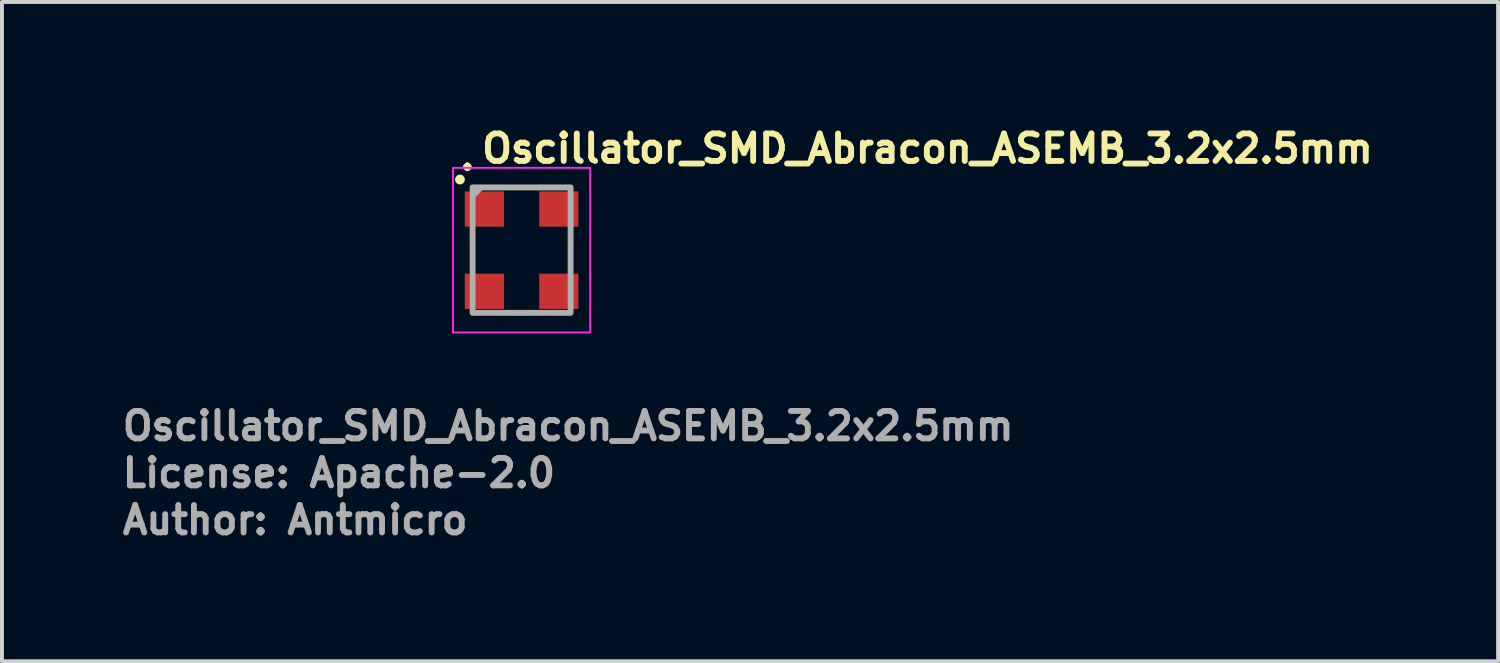
<source format=kicad_pcb>
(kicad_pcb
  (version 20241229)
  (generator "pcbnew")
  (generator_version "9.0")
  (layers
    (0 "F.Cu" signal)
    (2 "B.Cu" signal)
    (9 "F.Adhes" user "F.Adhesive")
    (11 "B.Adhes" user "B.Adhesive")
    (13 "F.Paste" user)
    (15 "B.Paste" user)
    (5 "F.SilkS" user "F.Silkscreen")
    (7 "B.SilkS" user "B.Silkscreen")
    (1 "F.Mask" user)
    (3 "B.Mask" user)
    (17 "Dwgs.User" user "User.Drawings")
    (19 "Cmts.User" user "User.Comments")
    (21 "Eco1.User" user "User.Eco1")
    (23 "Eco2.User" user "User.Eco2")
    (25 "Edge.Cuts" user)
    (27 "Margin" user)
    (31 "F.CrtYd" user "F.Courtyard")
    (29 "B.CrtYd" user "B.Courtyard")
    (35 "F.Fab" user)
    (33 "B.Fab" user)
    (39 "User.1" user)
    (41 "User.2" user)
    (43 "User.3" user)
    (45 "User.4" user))
  (footprint "Oscillator_SMD_Abracon_ASEMB_3.2x2.5mm"
    (layer "F.Cu")
    (at 10.262 3.334)
    (property "Reference" "Oscillator_SMD_Abracon_ASEMB_3.2x2.5mm" (at -1.092 -2.184 0) (layer "F.SilkS") (effects (font (size 0.7 0.7) (thickness 0.15)) (justify left bottom)))
    (attr smd)
    (fp_circle (center -1.575 -1.803) (end -1.525 -1.803) (stroke (width 0.15) (type solid)) (fill yes) (layer "F.SilkS"))
    (fp_rect (start -1.752 -2.101) (end 1.749 2.1) (stroke (width 0.05) (type solid)) (fill no) (layer "F.CrtYd"))
    (fp_line (start -1.219 -1.422) (end -1.067 -1.575) (stroke (width 0.15) (type solid)) (layer "F.Fab"))
    (fp_rect (start -1.252 -1.601) (end 1.249 1.6) (stroke (width 0.15) (type solid)) (fill no) (layer "F.Fab"))
    (fp_rect (start -1.252 -1.601) (end 1.249 1.6) (stroke (width 0.1) (type solid)) (fill no) (layer "User.5"))
    (fp_line (start -1.252 -1.601) (end -1.252 1.6) (stroke (width 0.02) (type solid)) (layer "User.9"))
    (fp_line (start 0.674 1.088) (end 0.674 1.092) (stroke (width 0.02) (type solid)) (layer "User.9"))
    (fp_line (start 0.674 1.092) (end 0.674 1.096) (stroke (width 0.02) (type solid)) (layer "User.9"))
    (fp_line (start 0.674 1.096) (end 0.674 1.098) (stroke (width 0.02) (type solid)) (layer "User.9"))
    (fp_line (start 0.674 1.1) (end 0.674 1.102) (stroke (width 0.02) (type solid)) (layer "User.9"))
    (fp_line (start 0.674 1.102) (end 0.674 1.106) (stroke (width 0.02) (type solid)) (layer "User.9"))
    (fp_line (start 0.674 1.106) (end 0.674 1.11) (stroke (width 0.02) (type solid)) (layer "User.9"))
    (fp_line (start 0.674 1.11) (end 0.676 1.114) (stroke (width 0.02) (type solid)) (layer "User.9"))
    (fp_line (start 0.676 1.082) (end 0.676 1.084) (stroke (width 0.02) (type solid)) (layer "User.9"))
    (fp_line (start 0.676 1.084) (end 0.674 1.088) (stroke (width 0.02) (type solid)) (layer "User.9"))
    (fp_line (start 0.676 1.114) (end 0.676 1.118) (stroke (width 0.02) (type solid)) (layer "User.9"))
    (fp_line (start 0.676 1.118) (end 0.678 1.122) (stroke (width 0.02) (type solid)) (layer "User.9"))
    (fp_line (start 0.678 1.074) (end 0.678 1.078) (stroke (width 0.02) (type solid)) (layer "User.9"))
    (fp_line (start 0.678 1.078) (end 0.676 1.082) (stroke (width 0.02) (type solid)) (layer "User.9"))
    (fp_line (start 0.678 1.122) (end 0.678 1.126) (stroke (width 0.02) (type solid)) (layer "User.9"))
    (fp_line (start 0.678 1.126) (end 0.68 1.128) (stroke (width 0.02) (type solid)) (layer "User.9"))
    (fp_line (start 0.68 1.07) (end 0.678 1.074) (stroke (width 0.02) (type solid)) (layer "User.9"))
    (fp_line (start 0.68 1.128) (end 0.682 1.132) (stroke (width 0.02) (type solid)) (layer "User.9"))
    (fp_line (start 0.682 1.066) (end 0.68 1.07) (stroke (width 0.02) (type solid)) (layer "User.9"))
    (fp_line (start 0.682 1.132) (end 0.684 1.136) (stroke (width 0.02) (type solid)) (layer "User.9"))
    (fp_line (start 0.684 1.062) (end 0.684 1.064) (stroke (width 0.02) (type solid)) (layer "User.9"))
    (fp_line (start 0.684 1.064) (end 0.682 1.066) (stroke (width 0.02) (type solid)) (layer "User.9"))
    (fp_line (start 0.684 1.136) (end 0.684 1.138) (stroke (width 0.02) (type solid)) (layer "User.9"))
    (fp_line (start 0.684 1.138) (end 0.686 1.14) (stroke (width 0.02) (type solid)) (layer "User.9"))
    (fp_line (start 0.686 1.058) (end 0.684 1.062) (stroke (width 0.02) (type solid)) (layer "User.9"))
    (fp_line (start 0.686 1.14) (end 0.688 1.144) (stroke (width 0.02) (type solid)) (layer "User.9"))
    (fp_line (start 0.688 1.054) (end 0.686 1.058) (stroke (width 0.02) (type solid)) (layer "User.9"))
    (fp_line (start 0.688 1.144) (end 0.692 1.148) (stroke (width 0.02) (type solid)) (layer "User.9"))
    (fp_line (start 0.692 1.052) (end 0.688 1.054) (stroke (width 0.02) (type solid)) (layer "User.9"))
    (fp_line (start 0.692 1.148) (end 0.694 1.15) (stroke (width 0.02) (type solid)) (layer "User.9"))
    (fp_line (start 0.694 1.05) (end 0.692 1.052) (stroke (width 0.02) (type solid)) (layer "User.9"))
    (fp_line (start 0.694 1.15) (end 0.696 1.153) (stroke (width 0.02) (type solid)) (layer "User.9"))
    (fp_line (start 0.696 1.046) (end 0.694 1.05) (stroke (width 0.02) (type solid)) (layer "User.9"))
    (fp_line (start 0.696 1.153) (end 0.698 1.155) (stroke (width 0.02) (type solid)) (layer "User.9"))
    (fp_line (start 0.698 1.044) (end 0.696 1.046) (stroke (width 0.02) (type solid)) (layer "User.9"))
    (fp_line (start 0.698 1.155) (end 0.702 1.157) (stroke (width 0.02) (type solid)) (layer "User.9"))
    (fp_line (start 0.702 1.042) (end 0.698 1.044) (stroke (width 0.02) (type solid)) (layer "User.9"))
    (fp_line (start 0.702 1.157) (end 0.703 1.159) (stroke (width 0.02) (type solid)) (layer "User.9"))
    (fp_line (start 0.703 1.038) (end 0.702 1.042) (stroke (width 0.02) (type solid)) (layer "User.9"))
    (fp_line (start 0.703 1.159) (end 0.707 1.163) (stroke (width 0.02) (type solid)) (layer "User.9"))
    (fp_line (start 0.707 1.038) (end 0.703 1.038) (stroke (width 0.02) (type solid)) (layer "User.9"))
    (fp_line (start 0.707 1.163) (end 0.709 1.163) (stroke (width 0.02) (type solid)) (layer "User.9"))
    (fp_line (start 0.709 1.034) (end 0.707 1.038) (stroke (width 0.02) (type solid)) (layer "User.9"))
    (fp_line (start 0.709 1.163) (end 0.713 1.165) (stroke (width 0.02) (type solid)) (layer "User.9"))
    (fp_line (start 0.713 1.034) (end 0.709 1.034) (stroke (width 0.02) (type solid)) (layer "User.9"))
    (fp_line (start 0.713 1.165) (end 0.716 1.167) (stroke (width 0.02) (type solid)) (layer "User.9"))
    (fp_line (start 0.716 1.032) (end 0.713 1.034) (stroke (width 0.02) (type solid)) (layer "User.9"))
    (fp_line (start 0.716 1.167) (end 0.718 1.169) (stroke (width 0.02) (type solid)) (layer "User.9"))
    (fp_line (start 0.718 1.03) (end 0.716 1.032) (stroke (width 0.02) (type solid)) (layer "User.9"))
    (fp_line (start 0.718 1.169) (end 0.722 1.171) (stroke (width 0.02) (type solid)) (layer "User.9"))
    (fp_line (start 0.722 1.03) (end 0.718 1.03) (stroke (width 0.02) (type solid)) (layer "User.9"))
    (fp_line (start 0.722 1.171) (end 0.726 1.171) (stroke (width 0.02) (type solid)) (layer "User.9"))
    (fp_line (start 0.726 1.028) (end 0.722 1.03) (stroke (width 0.02) (type solid)) (layer "User.9"))
    (fp_line (start 0.726 1.171) (end 0.73 1.171) (stroke (width 0.02) (type solid)) (layer "User.9"))
    (fp_line (start 0.73 1.026) (end 0.726 1.028) (stroke (width 0.02) (type solid)) (layer "User.9"))
    (fp_line (start 0.73 1.171) (end 0.732 1.173) (stroke (width 0.02) (type solid)) (layer "User.9"))
    (fp_line (start 0.732 1.026) (end 0.73 1.026) (stroke (width 0.02) (type solid)) (layer "User.9"))
    (fp_line (start 0.732 1.173) (end 0.736 1.175) (stroke (width 0.02) (type solid)) (layer "User.9"))
    (fp_line (start 0.736 1.026) (end 0.732 1.026) (stroke (width 0.02) (type solid)) (layer "User.9"))
    (fp_line (start 0.736 1.175) (end 0.74 1.175) (stroke (width 0.02) (type solid)) (layer "User.9"))
    (fp_line (start 0.74 1.026) (end 0.736 1.026) (stroke (width 0.02) (type solid)) (layer "User.9"))
    (fp_line (start 0.74 1.175) (end 0.744 1.175) (stroke (width 0.02) (type solid)) (layer "User.9"))
    (fp_line (start 0.744 1.026) (end 0.74 1.026) (stroke (width 0.02) (type solid)) (layer "User.9"))
    (fp_line (start 0.744 1.175) (end 0.748 1.175) (stroke (width 0.02) (type solid)) (layer "User.9"))
    (fp_line (start 0.748 1.026) (end 0.744 1.026) (stroke (width 0.02) (type solid)) (layer "User.9"))
    (fp_line (start 0.748 1.026) (end 0.748 1.026) (stroke (width 0.02) (type solid)) (layer "User.9"))
    (fp_line (start 0.748 1.175) (end 0.748 1.175) (stroke (width 0.02) (type solid)) (layer "User.9"))
    (fp_line (start 0.748 1.175) (end 0.752 1.175) (stroke (width 0.02) (type solid)) (layer "User.9"))
    (fp_line (start 0.752 1.026) (end 0.748 1.026) (stroke (width 0.02) (type solid)) (layer "User.9"))
    (fp_line (start 0.752 1.175) (end 0.756 1.175) (stroke (width 0.02) (type solid)) (layer "User.9"))
    (fp_line (start 0.756 1.026) (end 0.752 1.026) (stroke (width 0.02) (type solid)) (layer "User.9"))
    (fp_line (start 0.756 1.175) (end 0.76 1.175) (stroke (width 0.02) (type solid)) (layer "User.9"))
    (fp_line (start 0.76 1.026) (end 0.756 1.026) (stroke (width 0.02) (type solid)) (layer "User.9"))
    (fp_line (start 0.76 1.175) (end 0.764 1.173) (stroke (width 0.02) (type solid)) (layer "User.9"))
    (fp_line (start 0.764 1.026) (end 0.76 1.026) (stroke (width 0.02) (type solid)) (layer "User.9"))
    (fp_line (start 0.764 1.173) (end 0.766 1.171) (stroke (width 0.02) (type solid)) (layer "User.9"))
    (fp_line (start 0.766 1.026) (end 0.764 1.026) (stroke (width 0.02) (type solid)) (layer "User.9"))
    (fp_line (start 0.766 1.171) (end 0.771 1.171) (stroke (width 0.02) (type solid)) (layer "User.9"))
    (fp_line (start 0.771 1.028) (end 0.766 1.026) (stroke (width 0.02) (type solid)) (layer "User.9"))
    (fp_line (start 0.771 1.171) (end 0.775 1.171) (stroke (width 0.02) (type solid)) (layer "User.9"))
    (fp_line (start 0.775 1.03) (end 0.771 1.028) (stroke (width 0.02) (type solid)) (layer "User.9"))
    (fp_line (start 0.775 1.171) (end 0.779 1.169) (stroke (width 0.02) (type solid)) (layer "User.9"))
    (fp_line (start 0.779 1.03) (end 0.775 1.03) (stroke (width 0.02) (type solid)) (layer "User.9"))
    (fp_line (start 0.779 1.169) (end 0.781 1.167) (stroke (width 0.02) (type solid)) (layer "User.9"))
    (fp_line (start 0.781 1.032) (end 0.779 1.03) (stroke (width 0.02) (type solid)) (layer "User.9"))
    (fp_line (start 0.781 1.167) (end 0.785 1.165) (stroke (width 0.02) (type solid)) (layer "User.9"))
    (fp_line (start 0.785 1.034) (end 0.781 1.032) (stroke (width 0.02) (type solid)) (layer "User.9"))
    (fp_line (start 0.785 1.165) (end 0.787 1.163) (stroke (width 0.02) (type solid)) (layer "User.9"))
    (fp_line (start 0.787 1.034) (end 0.785 1.034) (stroke (width 0.02) (type solid)) (layer "User.9"))
    (fp_line (start 0.787 1.163) (end 0.791 1.163) (stroke (width 0.02) (type solid)) (layer "User.9"))
    (fp_line (start 0.791 1.038) (end 0.787 1.034) (stroke (width 0.02) (type solid)) (layer "User.9"))
    (fp_line (start 0.791 1.163) (end 0.793 1.159) (stroke (width 0.02) (type solid)) (layer "User.9"))
    (fp_line (start 0.793 1.038) (end 0.791 1.038) (stroke (width 0.02) (type solid)) (layer "User.9"))
    (fp_line (start 0.793 1.159) (end 0.797 1.157) (stroke (width 0.02) (type solid)) (layer "User.9"))
    (fp_line (start 0.797 1.042) (end 0.793 1.038) (stroke (width 0.02) (type solid)) (layer "User.9"))
    (fp_line (start 0.797 1.157) (end 0.799 1.155) (stroke (width 0.02) (type solid)) (layer "User.9"))
    (fp_line (start 0.799 1.044) (end 0.797 1.042) (stroke (width 0.02) (type solid)) (layer "User.9"))
    (fp_line (start 0.799 1.155) (end 0.803 1.153) (stroke (width 0.02) (type solid)) (layer "User.9"))
    (fp_line (start 0.803 1.046) (end 0.799 1.044) (stroke (width 0.02) (type solid)) (layer "User.9"))
    (fp_line (start 0.803 1.153) (end 0.805 1.15) (stroke (width 0.02) (type solid)) (layer "User.9"))
    (fp_line (start 0.805 1.05) (end 0.803 1.046) (stroke (width 0.02) (type solid)) (layer "User.9"))
    (fp_line (start 0.805 1.15) (end 0.807 1.148) (stroke (width 0.02) (type solid)) (layer "User.9"))
    (fp_line (start 0.807 1.052) (end 0.805 1.05) (stroke (width 0.02) (type solid)) (layer "User.9"))
    (fp_line (start 0.807 1.148) (end 0.809 1.144) (stroke (width 0.02) (type solid)) (layer "User.9"))
    (fp_line (start 0.809 1.054) (end 0.807 1.052) (stroke (width 0.02) (type solid)) (layer "User.9"))
    (fp_line (start 0.809 1.144) (end 0.811 1.14) (stroke (width 0.02) (type solid)) (layer "User.9"))
    (fp_line (start 0.811 1.058) (end 0.809 1.054) (stroke (width 0.02) (type solid)) (layer "User.9"))
    (fp_line (start 0.811 1.14) (end 0.813 1.138) (stroke (width 0.02) (type solid)) (layer "User.9"))
    (fp_line (start 0.813 1.062) (end 0.811 1.058) (stroke (width 0.02) (type solid)) (layer "User.9"))
    (fp_line (start 0.813 1.138) (end 0.815 1.136) (stroke (width 0.02) (type solid)) (layer "User.9"))
    (fp_line (start 0.815 1.064) (end 0.813 1.062) (stroke (width 0.02) (type solid)) (layer "User.9"))
    (fp_line (start 0.815 1.136) (end 0.817 1.132) (stroke (width 0.02) (type solid)) (layer "User.9"))
    (fp_line (start 0.817 1.066) (end 0.815 1.064) (stroke (width 0.02) (type solid)) (layer "User.9"))
    (fp_line (start 0.817 1.132) (end 0.819 1.128) (stroke (width 0.02) (type solid)) (layer "User.9"))
    (fp_line (start 0.819 1.07) (end 0.817 1.066) (stroke (width 0.02) (type solid)) (layer "User.9"))
    (fp_line (start 0.819 1.074) (end 0.819 1.07) (stroke (width 0.02) (type solid)) (layer "User.9"))
    (fp_line (start 0.819 1.126) (end 0.821 1.122) (stroke (width 0.02) (type solid)) (layer "User.9"))
    (fp_line (start 0.819 1.128) (end 0.819 1.126) (stroke (width 0.02) (type solid)) (layer "User.9"))
    (fp_line (start 0.821 1.078) (end 0.819 1.074) (stroke (width 0.02) (type solid)) (layer "User.9"))
    (fp_line (start 0.821 1.082) (end 0.821 1.078) (stroke (width 0.02) (type solid)) (layer "User.9"))
    (fp_line (start 0.821 1.118) (end 0.823 1.114) (stroke (width 0.02) (type solid)) (layer "User.9"))
    (fp_line (start 0.821 1.122) (end 0.821 1.118) (stroke (width 0.02) (type solid)) (layer "User.9"))
    (fp_line (start 0.823 1.084) (end 0.821 1.082) (stroke (width 0.02) (type solid)) (layer "User.9"))
    (fp_line (start 0.823 1.088) (end 0.823 1.084) (stroke (width 0.02) (type solid)) (layer "User.9"))
    (fp_line (start 0.823 1.092) (end 0.823 1.088) (stroke (width 0.02) (type solid)) (layer "User.9"))
    (fp_line (start 0.823 1.096) (end 0.823 1.092) (stroke (width 0.02) (type solid)) (layer "User.9"))
    (fp_line (start 0.823 1.1) (end 0.823 1.096) (stroke (width 0.02) (type solid)) (layer "User.9"))
    (fp_line (start 0.823 1.102) (end 0.823 1.1) (stroke (width 0.02) (type solid)) (layer "User.9"))
    (fp_line (start 0.823 1.106) (end 0.823 1.102) (stroke (width 0.02) (type solid)) (layer "User.9"))
    (fp_line (start 0.823 1.11) (end 0.823 1.106) (stroke (width 0.02) (type solid)) (layer "User.9"))
    (fp_line (start 0.823 1.114) (end 0.823 1.11) (stroke (width 0.02) (type solid)) (layer "User.9"))
    (fp_line (start 1.249 -1.601) (end -1.252 -1.601) (stroke (width 0.02) (type solid)) (layer "User.9"))
    (fp_line (start 1.249 -1.601) (end 1.249 1.6) (stroke (width 0.02) (type solid)) (layer "User.9"))
    (fp_line (start 1.249 1.6) (end -1.252 1.6) (stroke (width 0.02) (type solid)) (layer "User.9"))
    (fp_text user "." (at -1.651 -2 0) (layer "F.SilkS") (effects (font (size 0.7 0.7) (thickness 0.15)) (justify left bottom)))
    (fp_text user "${REFERENCE}" (at -10.262 4.896 0) (layer "F.Fab") (effects (font (size 0.7 0.7) (thickness 0.15)) (justify left bottom)))
    (fp_text user "Author: Antmicro" (at -10.262 7.296 0) (layer "F.Fab") (effects (font (size 0.7 0.7) (thickness 0.15)) (justify left bottom)))
    (fp_text user "License: Apache-2.0" (at -10.262 6.096 0) (layer "F.Fab") (effects (font (size 0.7 0.7) (thickness 0.15)) (justify left bottom)))
    (pad "1" smd rect (at -0.951 -1.049) (size 1 0.9) (layers "F.Cu" "F.Mask" "F.Paste"))
    (pad "2" smd rect (at -0.951 1.05) (size 1 0.9) (layers "F.Cu" "F.Mask" "F.Paste"))
    (pad "3" smd rect (at 0.948 1.05) (size 1 0.9) (layers "F.Cu" "F.Mask" "F.Paste"))
    (pad "4" smd rect (at 0.948 -1.049) (size 1 0.9) (layers "F.Cu" "F.Mask" "F.Paste")))
  (gr_rect
    (start -3 -3)
    (end 35.179 13.825)
    (stroke (width 0.1) (type default))
    (fill no)
    (layer "Edge.Cuts")))
</source>
